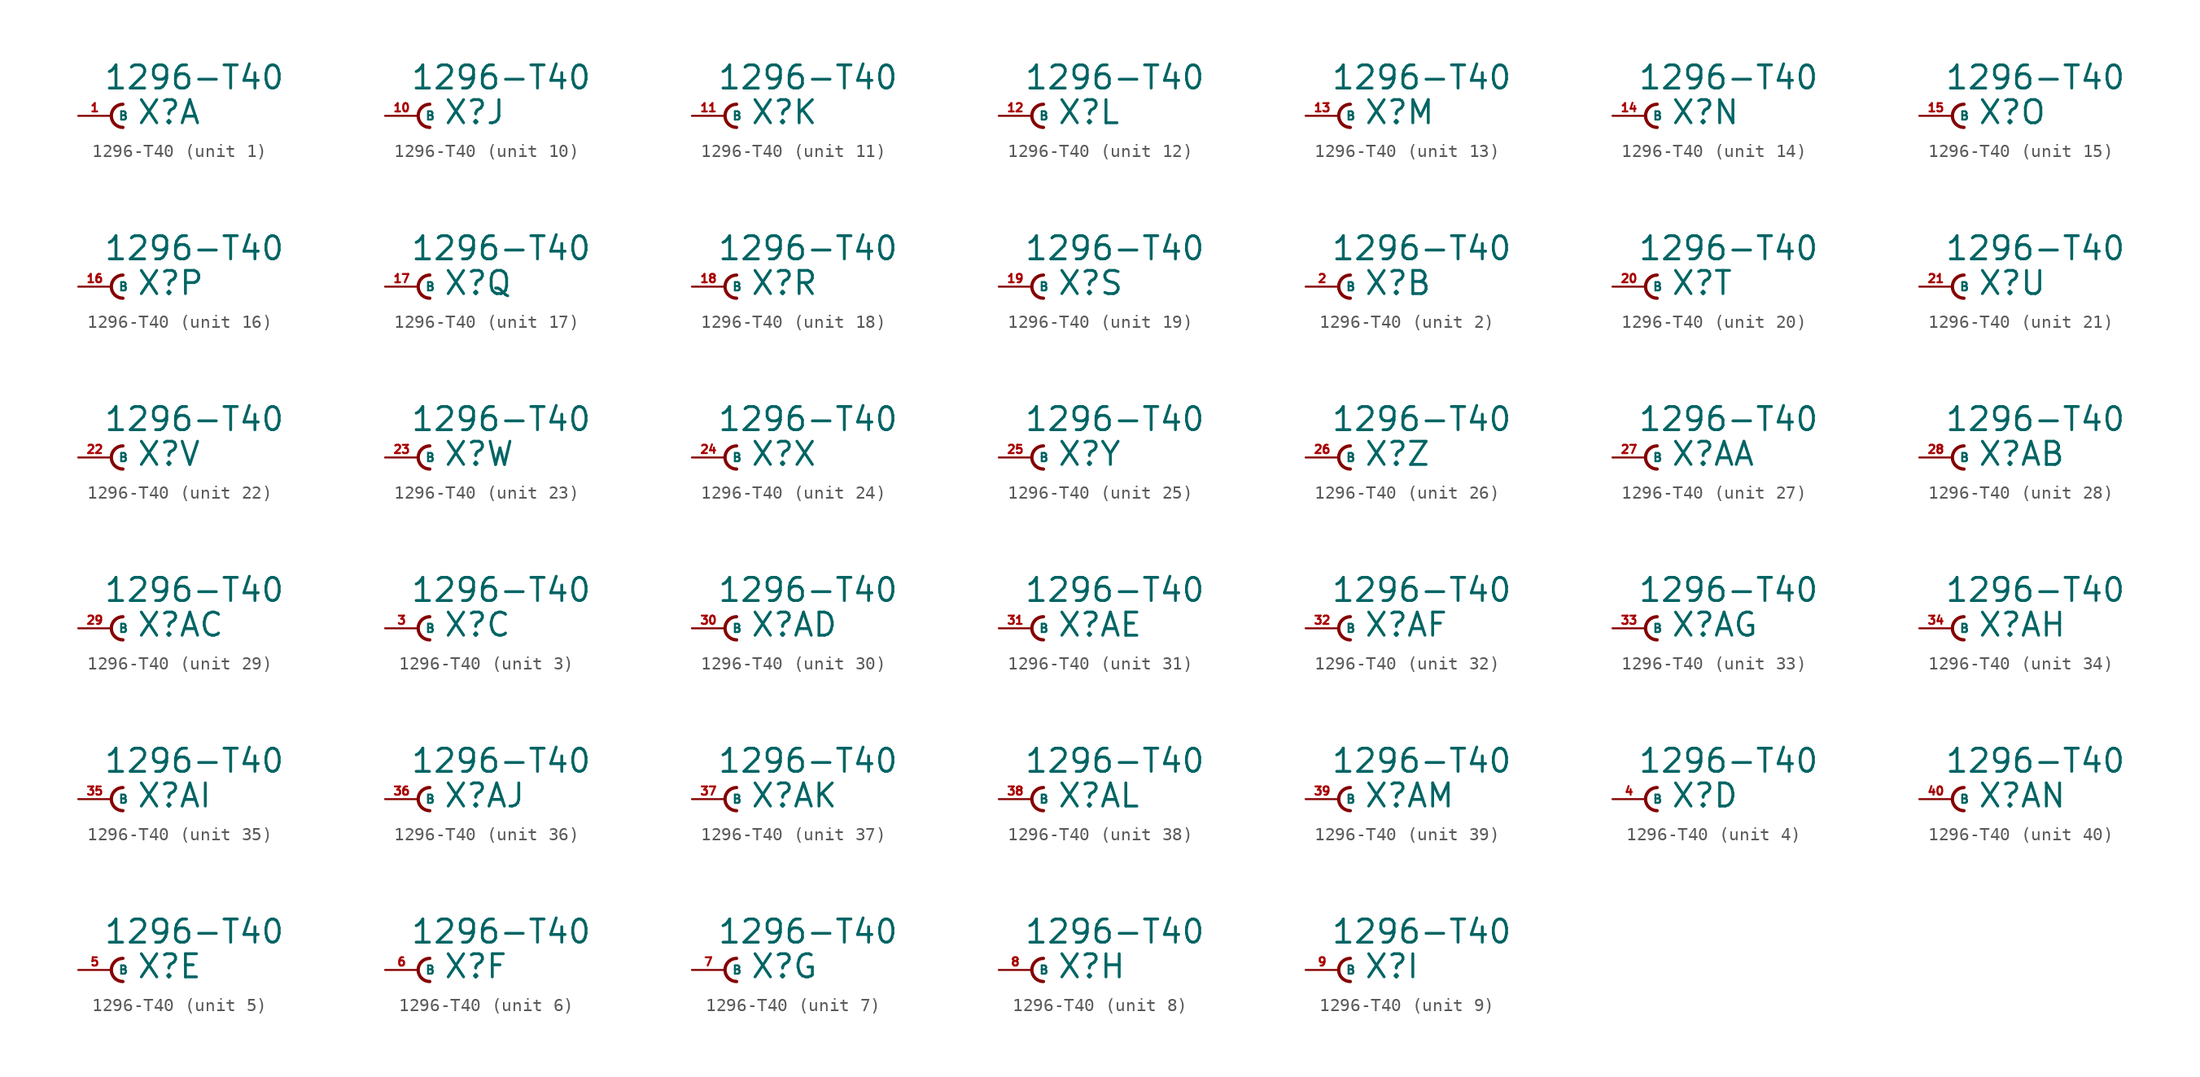
<source format=kicad_sym>
(kicad_symbol_lib
  (version 20220914)
  (generator Eagle2Kicad)
  (symbol "1296-T40"
    (property "Reference" "X"
      (at 1.905 -0.762 0)
      (effects (font (size 1.778 1.778) (thickness 0.22)) (justify left bottom)))
    (property "Value" "1296-T40"
      (at -0.635 1.905 0)
      (effects (font (size 1.778 1.778) (thickness 0.22)) (justify left bottom)))
    (symbol "1296-T40_1_0"
      (arc (start 0.889 0.889) (mid 0.000 0.000) (end 0.889 -0.889) (stroke (width 0.254) (type default)) (fill (type none)))
      (pin passive line (at -2.54 0 0) (length 2.54) (name "B" (effects (font (size 0.635 0.635) (thickness 0.08)) (justify left bottom))) (number "1" (effects (font (size 0.635 0.635) (thickness 0.08)) (justify left bottom)))))
    (symbol "1296-T40_2_0"
      (arc (start 0.889 0.889) (mid 0.000 0.000) (end 0.889 -0.889) (stroke (width 0.254) (type default)) (fill (type none)))
      (pin passive line (at -2.54 0 0) (length 2.54) (name "B" (effects (font (size 0.635 0.635) (thickness 0.08)) (justify left bottom))) (number "2" (effects (font (size 0.635 0.635) (thickness 0.08)) (justify left bottom)))))
    (symbol "1296-T40_3_0"
      (arc (start 0.889 0.889) (mid 0.000 0.000) (end 0.889 -0.889) (stroke (width 0.254) (type default)) (fill (type none)))
      (pin passive line (at -2.54 0 0) (length 2.54) (name "B" (effects (font (size 0.635 0.635) (thickness 0.08)) (justify left bottom))) (number "3" (effects (font (size 0.635 0.635) (thickness 0.08)) (justify left bottom)))))
    (symbol "1296-T40_4_0"
      (arc (start 0.889 0.889) (mid 0.000 0.000) (end 0.889 -0.889) (stroke (width 0.254) (type default)) (fill (type none)))
      (pin passive line (at -2.54 0 0) (length 2.54) (name "B" (effects (font (size 0.635 0.635) (thickness 0.08)) (justify left bottom))) (number "4" (effects (font (size 0.635 0.635) (thickness 0.08)) (justify left bottom)))))
    (symbol "1296-T40_5_0"
      (arc (start 0.889 0.889) (mid 0.000 0.000) (end 0.889 -0.889) (stroke (width 0.254) (type default)) (fill (type none)))
      (pin passive line (at -2.54 0 0) (length 2.54) (name "B" (effects (font (size 0.635 0.635) (thickness 0.08)) (justify left bottom))) (number "5" (effects (font (size 0.635 0.635) (thickness 0.08)) (justify left bottom)))))
    (symbol "1296-T40_6_0"
      (arc (start 0.889 0.889) (mid 0.000 0.000) (end 0.889 -0.889) (stroke (width 0.254) (type default)) (fill (type none)))
      (pin passive line (at -2.54 0 0) (length 2.54) (name "B" (effects (font (size 0.635 0.635) (thickness 0.08)) (justify left bottom))) (number "6" (effects (font (size 0.635 0.635) (thickness 0.08)) (justify left bottom)))))
    (symbol "1296-T40_7_0"
      (arc (start 0.889 0.889) (mid 0.000 0.000) (end 0.889 -0.889) (stroke (width 0.254) (type default)) (fill (type none)))
      (pin passive line (at -2.54 0 0) (length 2.54) (name "B" (effects (font (size 0.635 0.635) (thickness 0.08)) (justify left bottom))) (number "7" (effects (font (size 0.635 0.635) (thickness 0.08)) (justify left bottom)))))
    (symbol "1296-T40_8_0"
      (arc (start 0.889 0.889) (mid 0.000 0.000) (end 0.889 -0.889) (stroke (width 0.254) (type default)) (fill (type none)))
      (pin passive line (at -2.54 0 0) (length 2.54) (name "B" (effects (font (size 0.635 0.635) (thickness 0.08)) (justify left bottom))) (number "8" (effects (font (size 0.635 0.635) (thickness 0.08)) (justify left bottom)))))
    (symbol "1296-T40_9_0"
      (arc (start 0.889 0.889) (mid 0.000 0.000) (end 0.889 -0.889) (stroke (width 0.254) (type default)) (fill (type none)))
      (pin passive line (at -2.54 0 0) (length 2.54) (name "B" (effects (font (size 0.635 0.635) (thickness 0.08)) (justify left bottom))) (number "9" (effects (font (size 0.635 0.635) (thickness 0.08)) (justify left bottom)))))
    (symbol "1296-T40_10_0"
      (arc (start 0.889 0.889) (mid 0.000 0.000) (end 0.889 -0.889) (stroke (width 0.254) (type default)) (fill (type none)))
      (pin passive line (at -2.54 0 0) (length 2.54) (name "B" (effects (font (size 0.635 0.635) (thickness 0.08)) (justify left bottom))) (number "10" (effects (font (size 0.635 0.635) (thickness 0.08)) (justify left bottom)))))
    (symbol "1296-T40_11_0"
      (arc (start 0.889 0.889) (mid 0.000 0.000) (end 0.889 -0.889) (stroke (width 0.254) (type default)) (fill (type none)))
      (pin passive line (at -2.54 0 0) (length 2.54) (name "B" (effects (font (size 0.635 0.635) (thickness 0.08)) (justify left bottom))) (number "11" (effects (font (size 0.635 0.635) (thickness 0.08)) (justify left bottom)))))
    (symbol "1296-T40_12_0"
      (arc (start 0.889 0.889) (mid 0.000 0.000) (end 0.889 -0.889) (stroke (width 0.254) (type default)) (fill (type none)))
      (pin passive line (at -2.54 0 0) (length 2.54) (name "B" (effects (font (size 0.635 0.635) (thickness 0.08)) (justify left bottom))) (number "12" (effects (font (size 0.635 0.635) (thickness 0.08)) (justify left bottom)))))
    (symbol "1296-T40_13_0"
      (arc (start 0.889 0.889) (mid 0.000 0.000) (end 0.889 -0.889) (stroke (width 0.254) (type default)) (fill (type none)))
      (pin passive line (at -2.54 0 0) (length 2.54) (name "B" (effects (font (size 0.635 0.635) (thickness 0.08)) (justify left bottom))) (number "13" (effects (font (size 0.635 0.635) (thickness 0.08)) (justify left bottom)))))
    (symbol "1296-T40_14_0"
      (arc (start 0.889 0.889) (mid 0.000 0.000) (end 0.889 -0.889) (stroke (width 0.254) (type default)) (fill (type none)))
      (pin passive line (at -2.54 0 0) (length 2.54) (name "B" (effects (font (size 0.635 0.635) (thickness 0.08)) (justify left bottom))) (number "14" (effects (font (size 0.635 0.635) (thickness 0.08)) (justify left bottom)))))
    (symbol "1296-T40_15_0"
      (arc (start 0.889 0.889) (mid 0.000 0.000) (end 0.889 -0.889) (stroke (width 0.254) (type default)) (fill (type none)))
      (pin passive line (at -2.54 0 0) (length 2.54) (name "B" (effects (font (size 0.635 0.635) (thickness 0.08)) (justify left bottom))) (number "15" (effects (font (size 0.635 0.635) (thickness 0.08)) (justify left bottom)))))
    (symbol "1296-T40_16_0"
      (arc (start 0.889 0.889) (mid 0.000 0.000) (end 0.889 -0.889) (stroke (width 0.254) (type default)) (fill (type none)))
      (pin passive line (at -2.54 0 0) (length 2.54) (name "B" (effects (font (size 0.635 0.635) (thickness 0.08)) (justify left bottom))) (number "16" (effects (font (size 0.635 0.635) (thickness 0.08)) (justify left bottom)))))
    (symbol "1296-T40_17_0"
      (arc (start 0.889 0.889) (mid 0.000 0.000) (end 0.889 -0.889) (stroke (width 0.254) (type default)) (fill (type none)))
      (pin passive line (at -2.54 0 0) (length 2.54) (name "B" (effects (font (size 0.635 0.635) (thickness 0.08)) (justify left bottom))) (number "17" (effects (font (size 0.635 0.635) (thickness 0.08)) (justify left bottom)))))
    (symbol "1296-T40_18_0"
      (arc (start 0.889 0.889) (mid 0.000 0.000) (end 0.889 -0.889) (stroke (width 0.254) (type default)) (fill (type none)))
      (pin passive line (at -2.54 0 0) (length 2.54) (name "B" (effects (font (size 0.635 0.635) (thickness 0.08)) (justify left bottom))) (number "18" (effects (font (size 0.635 0.635) (thickness 0.08)) (justify left bottom)))))
    (symbol "1296-T40_19_0"
      (arc (start 0.889 0.889) (mid 0.000 0.000) (end 0.889 -0.889) (stroke (width 0.254) (type default)) (fill (type none)))
      (pin passive line (at -2.54 0 0) (length 2.54) (name "B" (effects (font (size 0.635 0.635) (thickness 0.08)) (justify left bottom))) (number "19" (effects (font (size 0.635 0.635) (thickness 0.08)) (justify left bottom)))))
    (symbol "1296-T40_20_0"
      (arc (start 0.889 0.889) (mid 0.000 0.000) (end 0.889 -0.889) (stroke (width 0.254) (type default)) (fill (type none)))
      (pin passive line (at -2.54 0 0) (length 2.54) (name "B" (effects (font (size 0.635 0.635) (thickness 0.08)) (justify left bottom))) (number "20" (effects (font (size 0.635 0.635) (thickness 0.08)) (justify left bottom)))))
    (symbol "1296-T40_21_0"
      (arc (start 0.889 0.889) (mid 0.000 0.000) (end 0.889 -0.889) (stroke (width 0.254) (type default)) (fill (type none)))
      (pin passive line (at -2.54 0 0) (length 2.54) (name "B" (effects (font (size 0.635 0.635) (thickness 0.08)) (justify left bottom))) (number "21" (effects (font (size 0.635 0.635) (thickness 0.08)) (justify left bottom)))))
    (symbol "1296-T40_22_0"
      (arc (start 0.889 0.889) (mid 0.000 0.000) (end 0.889 -0.889) (stroke (width 0.254) (type default)) (fill (type none)))
      (pin passive line (at -2.54 0 0) (length 2.54) (name "B" (effects (font (size 0.635 0.635) (thickness 0.08)) (justify left bottom))) (number "22" (effects (font (size 0.635 0.635) (thickness 0.08)) (justify left bottom)))))
    (symbol "1296-T40_23_0"
      (arc (start 0.889 0.889) (mid 0.000 0.000) (end 0.889 -0.889) (stroke (width 0.254) (type default)) (fill (type none)))
      (pin passive line (at -2.54 0 0) (length 2.54) (name "B" (effects (font (size 0.635 0.635) (thickness 0.08)) (justify left bottom))) (number "23" (effects (font (size 0.635 0.635) (thickness 0.08)) (justify left bottom)))))
    (symbol "1296-T40_24_0"
      (arc (start 0.889 0.889) (mid 0.000 0.000) (end 0.889 -0.889) (stroke (width 0.254) (type default)) (fill (type none)))
      (pin passive line (at -2.54 0 0) (length 2.54) (name "B" (effects (font (size 0.635 0.635) (thickness 0.08)) (justify left bottom))) (number "24" (effects (font (size 0.635 0.635) (thickness 0.08)) (justify left bottom)))))
    (symbol "1296-T40_25_0"
      (arc (start 0.889 0.889) (mid 0.000 0.000) (end 0.889 -0.889) (stroke (width 0.254) (type default)) (fill (type none)))
      (pin passive line (at -2.54 0 0) (length 2.54) (name "B" (effects (font (size 0.635 0.635) (thickness 0.08)) (justify left bottom))) (number "25" (effects (font (size 0.635 0.635) (thickness 0.08)) (justify left bottom)))))
    (symbol "1296-T40_26_0"
      (arc (start 0.889 0.889) (mid 0.000 0.000) (end 0.889 -0.889) (stroke (width 0.254) (type default)) (fill (type none)))
      (pin passive line (at -2.54 0 0) (length 2.54) (name "B" (effects (font (size 0.635 0.635) (thickness 0.08)) (justify left bottom))) (number "26" (effects (font (size 0.635 0.635) (thickness 0.08)) (justify left bottom)))))
    (symbol "1296-T40_27_0"
      (arc (start 0.889 0.889) (mid 0.000 0.000) (end 0.889 -0.889) (stroke (width 0.254) (type default)) (fill (type none)))
      (pin passive line (at -2.54 0 0) (length 2.54) (name "B" (effects (font (size 0.635 0.635) (thickness 0.08)) (justify left bottom))) (number "27" (effects (font (size 0.635 0.635) (thickness 0.08)) (justify left bottom)))))
    (symbol "1296-T40_28_0"
      (arc (start 0.889 0.889) (mid 0.000 0.000) (end 0.889 -0.889) (stroke (width 0.254) (type default)) (fill (type none)))
      (pin passive line (at -2.54 0 0) (length 2.54) (name "B" (effects (font (size 0.635 0.635) (thickness 0.08)) (justify left bottom))) (number "28" (effects (font (size 0.635 0.635) (thickness 0.08)) (justify left bottom)))))
    (symbol "1296-T40_29_0"
      (arc (start 0.889 0.889) (mid 0.000 0.000) (end 0.889 -0.889) (stroke (width 0.254) (type default)) (fill (type none)))
      (pin passive line (at -2.54 0 0) (length 2.54) (name "B" (effects (font (size 0.635 0.635) (thickness 0.08)) (justify left bottom))) (number "29" (effects (font (size 0.635 0.635) (thickness 0.08)) (justify left bottom)))))
    (symbol "1296-T40_30_0"
      (arc (start 0.889 0.889) (mid 0.000 0.000) (end 0.889 -0.889) (stroke (width 0.254) (type default)) (fill (type none)))
      (pin passive line (at -2.54 0 0) (length 2.54) (name "B" (effects (font (size 0.635 0.635) (thickness 0.08)) (justify left bottom))) (number "30" (effects (font (size 0.635 0.635) (thickness 0.08)) (justify left bottom)))))
    (symbol "1296-T40_31_0"
      (arc (start 0.889 0.889) (mid 0.000 0.000) (end 0.889 -0.889) (stroke (width 0.254) (type default)) (fill (type none)))
      (pin passive line (at -2.54 0 0) (length 2.54) (name "B" (effects (font (size 0.635 0.635) (thickness 0.08)) (justify left bottom))) (number "31" (effects (font (size 0.635 0.635) (thickness 0.08)) (justify left bottom)))))
    (symbol "1296-T40_32_0"
      (arc (start 0.889 0.889) (mid 0.000 0.000) (end 0.889 -0.889) (stroke (width 0.254) (type default)) (fill (type none)))
      (pin passive line (at -2.54 0 0) (length 2.54) (name "B" (effects (font (size 0.635 0.635) (thickness 0.08)) (justify left bottom))) (number "32" (effects (font (size 0.635 0.635) (thickness 0.08)) (justify left bottom)))))
    (symbol "1296-T40_33_0"
      (arc (start 0.889 0.889) (mid 0.000 0.000) (end 0.889 -0.889) (stroke (width 0.254) (type default)) (fill (type none)))
      (pin passive line (at -2.54 0 0) (length 2.54) (name "B" (effects (font (size 0.635 0.635) (thickness 0.08)) (justify left bottom))) (number "33" (effects (font (size 0.635 0.635) (thickness 0.08)) (justify left bottom)))))
    (symbol "1296-T40_34_0"
      (arc (start 0.889 0.889) (mid 0.000 0.000) (end 0.889 -0.889) (stroke (width 0.254) (type default)) (fill (type none)))
      (pin passive line (at -2.54 0 0) (length 2.54) (name "B" (effects (font (size 0.635 0.635) (thickness 0.08)) (justify left bottom))) (number "34" (effects (font (size 0.635 0.635) (thickness 0.08)) (justify left bottom)))))
    (symbol "1296-T40_35_0"
      (arc (start 0.889 0.889) (mid 0.000 0.000) (end 0.889 -0.889) (stroke (width 0.254) (type default)) (fill (type none)))
      (pin passive line (at -2.54 0 0) (length 2.54) (name "B" (effects (font (size 0.635 0.635) (thickness 0.08)) (justify left bottom))) (number "35" (effects (font (size 0.635 0.635) (thickness 0.08)) (justify left bottom)))))
    (symbol "1296-T40_36_0"
      (arc (start 0.889 0.889) (mid 0.000 0.000) (end 0.889 -0.889) (stroke (width 0.254) (type default)) (fill (type none)))
      (pin passive line (at -2.54 0 0) (length 2.54) (name "B" (effects (font (size 0.635 0.635) (thickness 0.08)) (justify left bottom))) (number "36" (effects (font (size 0.635 0.635) (thickness 0.08)) (justify left bottom)))))
    (symbol "1296-T40_37_0"
      (arc (start 0.889 0.889) (mid 0.000 0.000) (end 0.889 -0.889) (stroke (width 0.254) (type default)) (fill (type none)))
      (pin passive line (at -2.54 0 0) (length 2.54) (name "B" (effects (font (size 0.635 0.635) (thickness 0.08)) (justify left bottom))) (number "37" (effects (font (size 0.635 0.635) (thickness 0.08)) (justify left bottom)))))
    (symbol "1296-T40_38_0"
      (arc (start 0.889 0.889) (mid 0.000 0.000) (end 0.889 -0.889) (stroke (width 0.254) (type default)) (fill (type none)))
      (pin passive line (at -2.54 0 0) (length 2.54) (name "B" (effects (font (size 0.635 0.635) (thickness 0.08)) (justify left bottom))) (number "38" (effects (font (size 0.635 0.635) (thickness 0.08)) (justify left bottom)))))
    (symbol "1296-T40_39_0"
      (arc (start 0.889 0.889) (mid 0.000 0.000) (end 0.889 -0.889) (stroke (width 0.254) (type default)) (fill (type none)))
      (pin passive line (at -2.54 0 0) (length 2.54) (name "B" (effects (font (size 0.635 0.635) (thickness 0.08)) (justify left bottom))) (number "39" (effects (font (size 0.635 0.635) (thickness 0.08)) (justify left bottom)))))
    (symbol "1296-T40_40_0"
      (arc (start 0.889 0.889) (mid 0.000 0.000) (end 0.889 -0.889) (stroke (width 0.254) (type default)) (fill (type none)))
      (pin passive line (at -2.54 0 0) (length 2.54) (name "B" (effects (font (size 0.635 0.635) (thickness 0.08)) (justify left bottom))) (number "40" (effects (font (size 0.635 0.635) (thickness 0.08)) (justify left bottom)))))))
</source>
